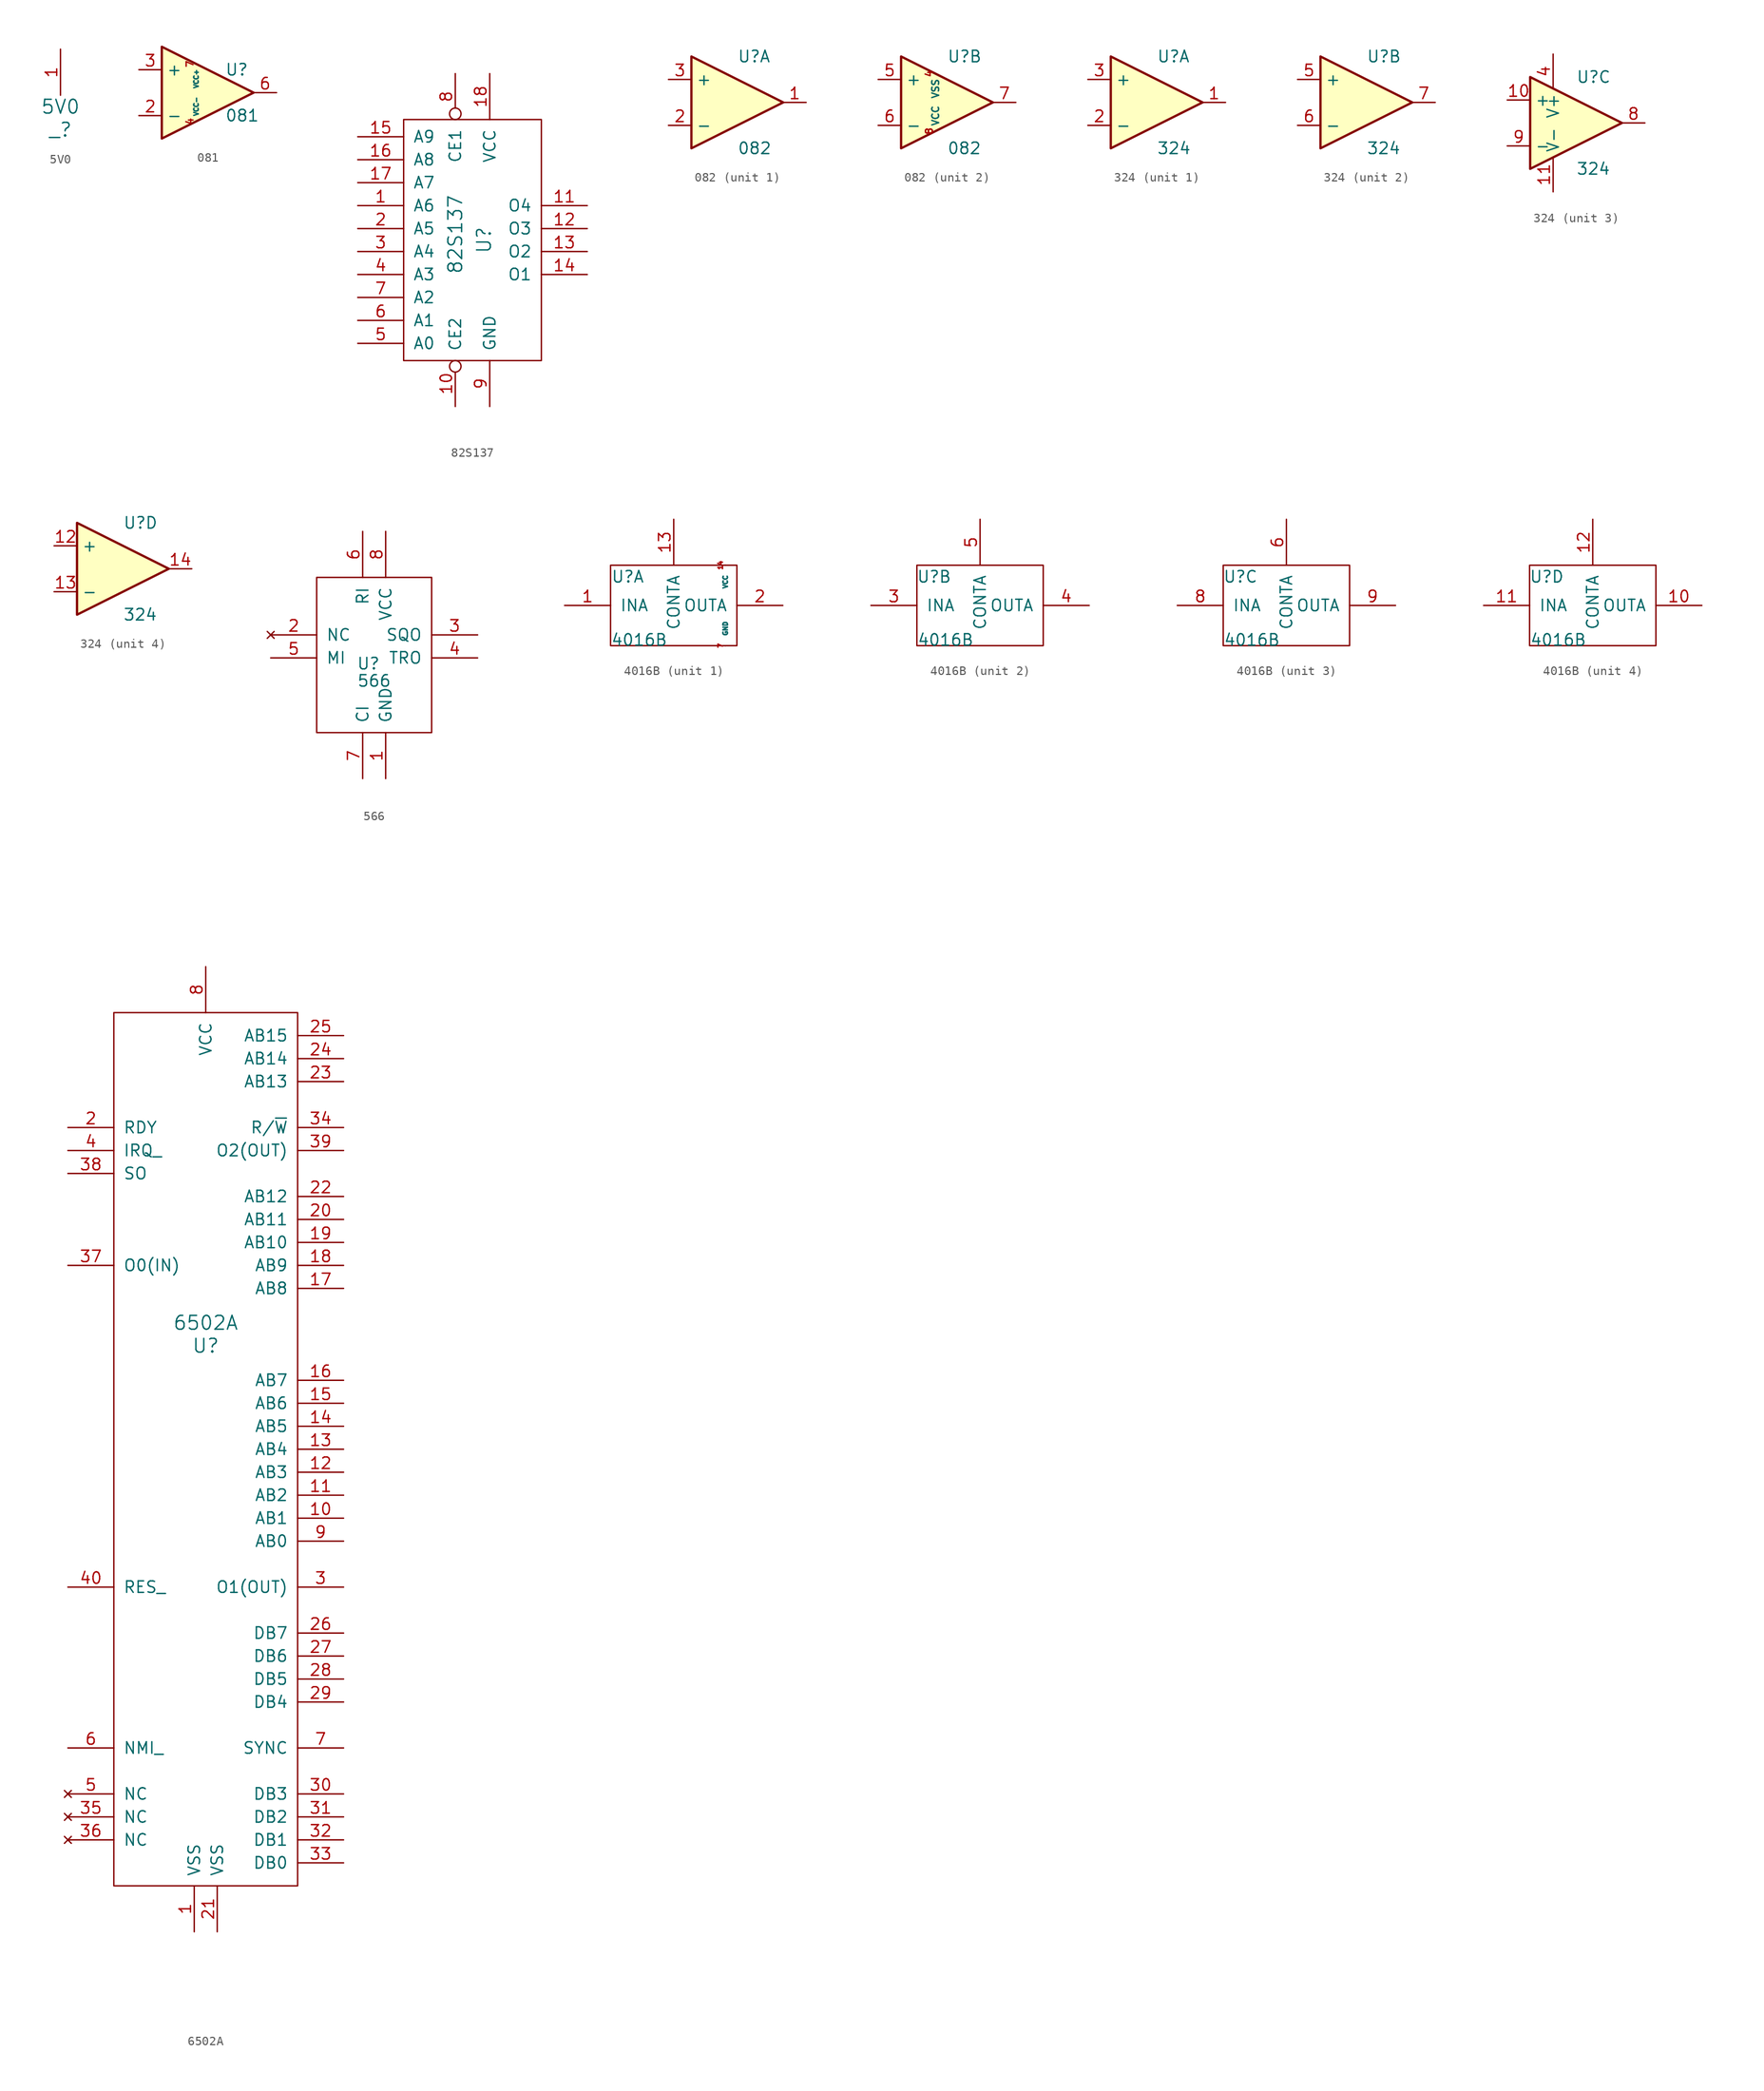
<source format=kicad_sym>
(kicad_symbol_lib
  (version 20211014)
  (generator kicad_symbol_editor)
  (symbol "5V0"
    (pin_names
      (offset 1.016))
    (property "Reference" "_"
      (at 0 -3.81 0)
      (effects (font (size 1.524 1.524))))
    (property "Value" "5V0"
      (at 0 -1.27 0)
      (effects (font (size 1.524 1.524))))
    (symbol "5V0_1_1"
      (pin power_out line (at 0 5.08 270) (length 5.08) (name "~" (effects (font (size 1.27 1.27)))) (number "1" (effects (font (size 1.27 1.27)))))))
  (symbol "081"
    (property "Reference" "U"
      (at 1.905 2.54 0)
      (effects (font (size 1.27 1.27)) (justify left)))
    (property "Value" "081"
      (at 1.905 -2.54 0)
      (effects (font (size 1.27 1.27)) (justify left)))
    (symbol "081_0_1"
      (polyline (pts (xy -5.08 5.08) (xy 5.08 0) (xy -5.08 -5.08) (xy -5.08 5.08)) (stroke (width 0.254) (type default) (color 0 0 0 0)) (fill (type background))))
    (symbol "081_1_1"
      (pin input line (at -7.62 -2.54 0) (length 2.54) (name "-" (effects (font (size 1.27 1.27)))) (number "2" (effects (font (size 1.27 1.27)))))
      (pin input line (at -7.62 2.54 0) (length 2.54) (name "+" (effects (font (size 1.27 1.27)))) (number "3" (effects (font (size 1.27 1.27)))))
      (pin power_in line (at -1.27 -3.175 90) (length 0) (name "VCC-" (effects (font (size 0.508 0.508)))) (number "4" (effects (font (size 0.762 0.762)))))
      (pin output line (at 7.62 0 180) (length 2.54) (name "~" (effects (font (size 1.27 1.27)))) (number "6" (effects (font (size 1.27 1.27)))))
      (pin power_in line (at -1.27 3.175 270) (length 0) (name "VCC+" (effects (font (size 0.508 0.508)))) (number "7" (effects (font (size 0.762 0.762)))))))
  (symbol "82S137"
    (pin_names
      (offset 1.016))
    (property "Reference" "U"
      (at 1.27 -0.635 90)
      (effects (font (size 1.524 1.524))))
    (property "Value" "82S137"
      (at -1.905 0 90)
      (effects (font (size 1.524 1.524))))
    (symbol "82S137_0_1"
      (rectangle (start -7.62 12.7) (end 7.62 -13.97) (stroke (width 0) (type default) (color 0 0 0 0)) (fill (type none))))
    (symbol "82S137_1_1"
      (pin input line (at -12.7 3.175 0) (length 5.08) (name "A6" (effects (font (size 1.27 1.27)))) (number "1" (effects (font (size 1.27 1.27)))))
      (pin input inverted (at -1.905 -19.05 90) (length 5.08) (name "CE2" (effects (font (size 1.27 1.27)))) (number "10" (effects (font (size 1.27 1.27)))))
      (pin bidirectional line (at 12.7 3.175 180) (length 5.08) (name "O4" (effects (font (size 1.27 1.27)))) (number "11" (effects (font (size 1.27 1.27)))))
      (pin bidirectional line (at 12.7 0.635 180) (length 5.08) (name "O3" (effects (font (size 1.27 1.27)))) (number "12" (effects (font (size 1.27 1.27)))))
      (pin bidirectional line (at 12.7 -1.905 180) (length 5.08) (name "O2" (effects (font (size 1.27 1.27)))) (number "13" (effects (font (size 1.27 1.27)))))
      (pin bidirectional line (at 12.7 -4.445 180) (length 5.08) (name "O1" (effects (font (size 1.27 1.27)))) (number "14" (effects (font (size 1.27 1.27)))))
      (pin input line (at -12.7 10.795 0) (length 5.08) (name "A9" (effects (font (size 1.27 1.27)))) (number "15" (effects (font (size 1.27 1.27)))))
      (pin input line (at -12.7 8.255 0) (length 5.08) (name "A8" (effects (font (size 1.27 1.27)))) (number "16" (effects (font (size 1.27 1.27)))))
      (pin input line (at -12.7 5.715 0) (length 5.08) (name "A7" (effects (font (size 1.27 1.27)))) (number "17" (effects (font (size 1.27 1.27)))))
      (pin power_in line (at 1.905 17.78 270) (length 5.08) (name "VCC" (effects (font (size 1.27 1.27)))) (number "18" (effects (font (size 1.27 1.27)))))
      (pin input line (at -12.7 0.635 0) (length 5.08) (name "A5" (effects (font (size 1.27 1.27)))) (number "2" (effects (font (size 1.27 1.27)))))
      (pin input line (at -12.7 -1.905 0) (length 5.08) (name "A4" (effects (font (size 1.27 1.27)))) (number "3" (effects (font (size 1.27 1.27)))))
      (pin input line (at -12.7 -4.445 0) (length 5.08) (name "A3" (effects (font (size 1.27 1.27)))) (number "4" (effects (font (size 1.27 1.27)))))
      (pin input line (at -12.7 -12.065 0) (length 5.08) (name "A0" (effects (font (size 1.27 1.27)))) (number "5" (effects (font (size 1.27 1.27)))))
      (pin input line (at -12.7 -9.525 0) (length 5.08) (name "A1" (effects (font (size 1.27 1.27)))) (number "6" (effects (font (size 1.27 1.27)))))
      (pin input line (at -12.7 -6.985 0) (length 5.08) (name "A2" (effects (font (size 1.27 1.27)))) (number "7" (effects (font (size 1.27 1.27)))))
      (pin input inverted (at -1.905 17.78 270) (length 5.08) (name "CE1" (effects (font (size 1.27 1.27)))) (number "8" (effects (font (size 1.27 1.27)))))
      (pin power_in line (at 1.905 -19.05 90) (length 5.08) (name "GND" (effects (font (size 1.27 1.27)))) (number "9" (effects (font (size 1.27 1.27)))))))
  (symbol "082"
    (property "Reference" "U"
      (at 0 5.08 0)
      (effects (font (size 1.27 1.27)) (justify left)))
    (property "Value" "082"
      (at 0 -5.08 0)
      (effects (font (size 1.27 1.27)) (justify left)))
    (symbol "082_0_1"
      (polyline (pts (xy -5.08 5.08) (xy 5.08 0) (xy -5.08 -5.08) (xy -5.08 5.08)) (stroke (width 0.254) (type default) (color 0 0 0 0)) (fill (type background))))
    (symbol "082_1_1"
      (pin output line (at 7.62 0 180) (length 2.54) (name "~" (effects (font (size 1.27 1.27)))) (number "1" (effects (font (size 1.27 1.27)))))
      (pin input line (at -7.62 -2.54 0) (length 2.54) (name "-" (effects (font (size 1.27 1.27)))) (number "2" (effects (font (size 1.27 1.27)))))
      (pin input line (at -7.62 2.54 0) (length 2.54) (name "+" (effects (font (size 1.27 1.27)))) (number "3" (effects (font (size 1.27 1.27))))))
    (symbol "082_2_1"
      (pin power_in line (at -1.27 3.175 270) (length 0) (name "VSS" (effects (font (size 0.762 0.762)))) (number "4" (effects (font (size 0.762 0.762)))))
      (pin input line (at -7.62 2.54 0) (length 2.54) (name "+" (effects (font (size 1.27 1.27)))) (number "5" (effects (font (size 1.27 1.27)))))
      (pin input line (at -7.62 -2.54 0) (length 2.54) (name "-" (effects (font (size 1.27 1.27)))) (number "6" (effects (font (size 1.27 1.27)))))
      (pin output line (at 7.62 0 180) (length 2.54) (name "~" (effects (font (size 1.27 1.27)))) (number "7" (effects (font (size 1.27 1.27)))))
      (pin power_in line (at -1.27 -3.175 90) (length 0) (name "VCC" (effects (font (size 0.762 0.762)))) (number "8" (effects (font (size 0.762 0.762)))))))
  (symbol "324"
    (property "Reference" "U"
      (at 0 5.08 0)
      (effects (font (size 1.27 1.27)) (justify left)))
    (property "Value" "324"
      (at 0 -5.08 0)
      (effects (font (size 1.27 1.27)) (justify left)))
    (symbol "324_0_1"
      (polyline (pts (xy -5.08 5.08) (xy 5.08 0) (xy -5.08 -5.08) (xy -5.08 5.08)) (stroke (width 0.254) (type default) (color 0 0 0 0)) (fill (type background))))
    (symbol "324_1_1"
      (pin output line (at 7.62 0 180) (length 2.54) (name "~" (effects (font (size 1.27 1.27)))) (number "1" (effects (font (size 1.27 1.27)))))
      (pin input line (at -7.62 -2.54 0) (length 2.54) (name "-" (effects (font (size 1.27 1.27)))) (number "2" (effects (font (size 1.27 1.27)))))
      (pin input line (at -7.62 2.54 0) (length 2.54) (name "+" (effects (font (size 1.27 1.27)))) (number "3" (effects (font (size 1.27 1.27))))))
    (symbol "324_2_1"
      (pin input line (at -7.62 2.54 0) (length 2.54) (name "+" (effects (font (size 1.27 1.27)))) (number "5" (effects (font (size 1.27 1.27)))))
      (pin input line (at -7.62 -2.54 0) (length 2.54) (name "-" (effects (font (size 1.27 1.27)))) (number "6" (effects (font (size 1.27 1.27)))))
      (pin output line (at 7.62 0 180) (length 2.54) (name "~" (effects (font (size 1.27 1.27)))) (number "7" (effects (font (size 1.27 1.27))))))
    (symbol "324_3_1"
      (pin input line (at -7.62 2.54 0) (length 2.54) (name "+" (effects (font (size 1.27 1.27)))) (number "10" (effects (font (size 1.27 1.27)))))
      (pin power_in line (at -2.54 -7.62 90) (length 3.81) (name "V-" (effects (font (size 1.27 1.27)))) (number "11" (effects (font (size 1.27 1.27)))))
      (pin power_in line (at -2.54 7.62 270) (length 3.81) (name "V+" (effects (font (size 1.27 1.27)))) (number "4" (effects (font (size 1.27 1.27)))))
      (pin output line (at 7.62 0 180) (length 2.54) (name "~" (effects (font (size 1.27 1.27)))) (number "8" (effects (font (size 1.27 1.27)))))
      (pin input line (at -7.62 -2.54 0) (length 2.54) (name "-" (effects (font (size 1.27 1.27)))) (number "9" (effects (font (size 1.27 1.27))))))
    (symbol "324_4_1"
      (pin input line (at -7.62 2.54 0) (length 2.54) (name "+" (effects (font (size 1.27 1.27)))) (number "12" (effects (font (size 1.27 1.27)))))
      (pin input line (at -7.62 -2.54 0) (length 2.54) (name "-" (effects (font (size 1.27 1.27)))) (number "13" (effects (font (size 1.27 1.27)))))
      (pin output line (at 7.62 0 180) (length 2.54) (name "~" (effects (font (size 1.27 1.27)))) (number "14" (effects (font (size 1.27 1.27)))))))
  (symbol "566"
    (pin_names
      (offset 1.016))
    (property "Reference" "U"
      (at -0.635 -1.905 0)
      (effects (font (size 1.27 1.27))))
    (property "Value" "566"
      (at 0 -3.81 0)
      (effects (font (size 1.27 1.27))))
    (symbol "566_0_1"
      (rectangle (start -6.35 7.62) (end 6.35 -9.525) (stroke (width 0) (type default) (color 0 0 0 0)) (fill (type none))))
    (symbol "566_1_1"
      (pin power_in line (at 1.27 -14.605 90) (length 5.08) (name "GND" (effects (font (size 1.27 1.27)))) (number "1" (effects (font (size 1.27 1.27)))))
      (pin no_connect line (at -11.43 1.27 0) (length 5.08) (name "NC" (effects (font (size 1.27 1.27)))) (number "2" (effects (font (size 1.27 1.27)))))
      (pin output line (at 11.43 1.27 180) (length 5.08) (name "SQO" (effects (font (size 1.27 1.27)))) (number "3" (effects (font (size 1.27 1.27)))))
      (pin output line (at 11.43 -1.27 180) (length 5.08) (name "TRO" (effects (font (size 1.27 1.27)))) (number "4" (effects (font (size 1.27 1.27)))))
      (pin input line (at -11.43 -1.27 0) (length 5.08) (name "MI" (effects (font (size 1.27 1.27)))) (number "5" (effects (font (size 1.27 1.27)))))
      (pin input line (at -1.27 12.7 270) (length 5.08) (name "RI" (effects (font (size 1.27 1.27)))) (number "6" (effects (font (size 1.27 1.27)))))
      (pin input line (at -1.27 -14.605 90) (length 5.08) (name "CI" (effects (font (size 1.27 1.27)))) (number "7" (effects (font (size 1.27 1.27)))))
      (pin power_in line (at 1.27 12.7 270) (length 5.08) (name "VCC" (effects (font (size 1.27 1.27)))) (number "8" (effects (font (size 1.27 1.27)))))))
  (symbol "4016B"
    (pin_names
      (offset 1.016))
    (property "Reference" "U"
      (at -5.08 3.175 0)
      (effects (font (size 1.27 1.27))))
    (property "Value" "4016B"
      (at -3.81 -3.81 0)
      (effects (font (size 1.27 1.27))))
    (symbol "4016B_0_1"
      (rectangle (start -6.985 4.445) (end 6.985 -4.445) (stroke (width 0) (type default) (color 0 0 0 0)) (fill (type none))))
    (symbol "4016B_1_1"
      (pin passive line (at -12.065 0 0) (length 5.08) (name "INA" (effects (font (size 1.27 1.27)))) (number "1" (effects (font (size 1.27 1.27)))))
      (pin input line (at 0 9.525 270) (length 5.08) (name "CONTA" (effects (font (size 1.27 1.27)))) (number "13" (effects (font (size 1.27 1.27)))))
      (pin input line (at 5.715 4.445 270) (length 0) (name "VCC" (effects (font (size 0.508 0.508)))) (number "14" (effects (font (size 0.508 0.508)))))
      (pin passive line (at 12.065 0 180) (length 5.08) (name "OUTA" (effects (font (size 1.27 1.27)))) (number "2" (effects (font (size 1.27 1.27)))))
      (pin input line (at 5.715 -4.445 90) (length 0) (name "GND" (effects (font (size 0.508 0.508)))) (number "7" (effects (font (size 0.508 0.508))))))
    (symbol "4016B_2_1"
      (pin passive line (at -12.065 0 0) (length 5.08) (name "INA" (effects (font (size 1.27 1.27)))) (number "3" (effects (font (size 1.27 1.27)))))
      (pin passive line (at 12.065 0 180) (length 5.08) (name "OUTA" (effects (font (size 1.27 1.27)))) (number "4" (effects (font (size 1.27 1.27)))))
      (pin input line (at 0 9.525 270) (length 5.08) (name "CONTA" (effects (font (size 1.27 1.27)))) (number "5" (effects (font (size 1.27 1.27))))))
    (symbol "4016B_3_1"
      (pin input line (at 0 9.525 270) (length 5.08) (name "CONTA" (effects (font (size 1.27 1.27)))) (number "6" (effects (font (size 1.27 1.27)))))
      (pin passive line (at -12.065 0 0) (length 5.08) (name "INA" (effects (font (size 1.27 1.27)))) (number "8" (effects (font (size 1.27 1.27)))))
      (pin passive line (at 12.065 0 180) (length 5.08) (name "OUTA" (effects (font (size 1.27 1.27)))) (number "9" (effects (font (size 1.27 1.27))))))
    (symbol "4016B_4_1"
      (pin passive line (at 12.065 0 180) (length 5.08) (name "OUTA" (effects (font (size 1.27 1.27)))) (number "10" (effects (font (size 1.27 1.27)))))
      (pin passive line (at -12.065 0 0) (length 5.08) (name "INA" (effects (font (size 1.27 1.27)))) (number "11" (effects (font (size 1.27 1.27)))))
      (pin input line (at 0 9.525 270) (length 5.08) (name "CONTA" (effects (font (size 1.27 1.27)))) (number "12" (effects (font (size 1.27 1.27)))))))
  (symbol "6502A"
    (pin_names
      (offset 1.016))
    (property "Reference" "U"
      (at 0 11.43 0)
      (effects (font (size 1.524 1.524))))
    (property "Value" "6502A"
      (at 0 13.97 0)
      (effects (font (size 1.524 1.524))))
    (symbol "6502A_0_1"
      (rectangle (start -10.16 48.26) (end 10.16 -48.26) (stroke (width 0) (type default) (color 0 0 0 0)) (fill (type none))))
    (symbol "6502A_1_1"
      (pin power_in line (at -1.27 -53.34 90) (length 5.08) (name "VSS" (effects (font (size 1.27 1.27)))) (number "1" (effects (font (size 1.27 1.27)))))
      (pin output line (at 15.24 -7.62 180) (length 5.08) (name "AB1" (effects (font (size 1.27 1.27)))) (number "10" (effects (font (size 1.27 1.27)))))
      (pin output line (at 15.24 -5.08 180) (length 5.08) (name "AB2" (effects (font (size 1.27 1.27)))) (number "11" (effects (font (size 1.27 1.27)))))
      (pin output line (at 15.24 -2.54 180) (length 5.08) (name "AB3" (effects (font (size 1.27 1.27)))) (number "12" (effects (font (size 1.27 1.27)))))
      (pin output line (at 15.24 0 180) (length 5.08) (name "AB4" (effects (font (size 1.27 1.27)))) (number "13" (effects (font (size 1.27 1.27)))))
      (pin output line (at 15.24 2.54 180) (length 5.08) (name "AB5" (effects (font (size 1.27 1.27)))) (number "14" (effects (font (size 1.27 1.27)))))
      (pin output line (at 15.24 5.08 180) (length 5.08) (name "AB6" (effects (font (size 1.27 1.27)))) (number "15" (effects (font (size 1.27 1.27)))))
      (pin output line (at 15.24 7.62 180) (length 5.08) (name "AB7" (effects (font (size 1.27 1.27)))) (number "16" (effects (font (size 1.27 1.27)))))
      (pin output line (at 15.24 17.78 180) (length 5.08) (name "AB8" (effects (font (size 1.27 1.27)))) (number "17" (effects (font (size 1.27 1.27)))))
      (pin output line (at 15.24 20.32 180) (length 5.08) (name "AB9" (effects (font (size 1.27 1.27)))) (number "18" (effects (font (size 1.27 1.27)))))
      (pin output line (at 15.24 22.86 180) (length 5.08) (name "AB10" (effects (font (size 1.27 1.27)))) (number "19" (effects (font (size 1.27 1.27)))))
      (pin input line (at -15.24 35.56 0) (length 5.08) (name "RDY" (effects (font (size 1.27 1.27)))) (number "2" (effects (font (size 1.27 1.27)))))
      (pin output line (at 15.24 25.4 180) (length 5.08) (name "AB11" (effects (font (size 1.27 1.27)))) (number "20" (effects (font (size 1.27 1.27)))))
      (pin power_in line (at 1.27 -53.34 90) (length 5.08) (name "VSS" (effects (font (size 1.27 1.27)))) (number "21" (effects (font (size 1.27 1.27)))))
      (pin output line (at 15.24 27.94 180) (length 5.08) (name "AB12" (effects (font (size 1.27 1.27)))) (number "22" (effects (font (size 1.27 1.27)))))
      (pin output line (at 15.24 40.64 180) (length 5.08) (name "AB13" (effects (font (size 1.27 1.27)))) (number "23" (effects (font (size 1.27 1.27)))))
      (pin output line (at 15.24 43.18 180) (length 5.08) (name "AB14" (effects (font (size 1.27 1.27)))) (number "24" (effects (font (size 1.27 1.27)))))
      (pin output line (at 15.24 45.72 180) (length 5.08) (name "AB15" (effects (font (size 1.27 1.27)))) (number "25" (effects (font (size 1.27 1.27)))))
      (pin bidirectional line (at 15.24 -20.32 180) (length 5.08) (name "DB7" (effects (font (size 1.27 1.27)))) (number "26" (effects (font (size 1.27 1.27)))))
      (pin bidirectional line (at 15.24 -22.86 180) (length 5.08) (name "DB6" (effects (font (size 1.27 1.27)))) (number "27" (effects (font (size 1.27 1.27)))))
      (pin bidirectional line (at 15.24 -25.4 180) (length 5.08) (name "DB5" (effects (font (size 1.27 1.27)))) (number "28" (effects (font (size 1.27 1.27)))))
      (pin bidirectional line (at 15.24 -27.94 180) (length 5.08) (name "DB4" (effects (font (size 1.27 1.27)))) (number "29" (effects (font (size 1.27 1.27)))))
      (pin output line (at 15.24 -15.24 180) (length 5.08) (name "O1(OUT)" (effects (font (size 1.27 1.27)))) (number "3" (effects (font (size 1.27 1.27)))))
      (pin bidirectional line (at 15.24 -38.1 180) (length 5.08) (name "DB3" (effects (font (size 1.27 1.27)))) (number "30" (effects (font (size 1.27 1.27)))))
      (pin bidirectional line (at 15.24 -40.64 180) (length 5.08) (name "DB2" (effects (font (size 1.27 1.27)))) (number "31" (effects (font (size 1.27 1.27)))))
      (pin bidirectional line (at 15.24 -43.18 180) (length 5.08) (name "DB1" (effects (font (size 1.27 1.27)))) (number "32" (effects (font (size 1.27 1.27)))))
      (pin bidirectional line (at 15.24 -45.72 180) (length 5.08) (name "DB0" (effects (font (size 1.27 1.27)))) (number "33" (effects (font (size 1.27 1.27)))))
      (pin output line (at 15.24 35.56 180) (length 5.08) (name "R/~{W}" (effects (font (size 1.27 1.27)))) (number "34" (effects (font (size 1.27 1.27)))))
      (pin no_connect line (at -15.24 -40.64 0) (length 5.08) (name "NC" (effects (font (size 1.27 1.27)))) (number "35" (effects (font (size 1.27 1.27)))))
      (pin no_connect line (at -15.24 -43.18 0) (length 5.08) (name "NC" (effects (font (size 1.27 1.27)))) (number "36" (effects (font (size 1.27 1.27)))))
      (pin input line (at -15.24 20.32 0) (length 5.08) (name "O0(IN)" (effects (font (size 1.27 1.27)))) (number "37" (effects (font (size 1.27 1.27)))))
      (pin input line (at -15.24 30.48 0) (length 5.08) (name "SO" (effects (font (size 1.27 1.27)))) (number "38" (effects (font (size 1.27 1.27)))))
      (pin output line (at 15.24 33.02 180) (length 5.08) (name "O2(OUT)" (effects (font (size 1.27 1.27)))) (number "39" (effects (font (size 1.27 1.27)))))
      (pin input line (at -15.24 33.02 0) (length 5.08) (name "IRQ_" (effects (font (size 1.27 1.27)))) (number "4" (effects (font (size 1.27 1.27)))))
      (pin input line (at -15.24 -15.24 0) (length 5.08) (name "RES_" (effects (font (size 1.27 1.27)))) (number "40" (effects (font (size 1.27 1.27)))))
      (pin no_connect line (at -15.24 -38.1 0) (length 5.08) (name "NC" (effects (font (size 1.27 1.27)))) (number "5" (effects (font (size 1.27 1.27)))))
      (pin input line (at -15.24 -33.02 0) (length 5.08) (name "NMI_" (effects (font (size 1.27 1.27)))) (number "6" (effects (font (size 1.27 1.27)))))
      (pin output line (at 15.24 -33.02 180) (length 5.08) (name "SYNC" (effects (font (size 1.27 1.27)))) (number "7" (effects (font (size 1.27 1.27)))))
      (pin power_in line (at 0 53.34 270) (length 5.08) (name "VCC" (effects (font (size 1.27 1.27)))) (number "8" (effects (font (size 1.27 1.27)))))
      (pin output line (at 15.24 -10.16 180) (length 5.08) (name "AB0" (effects (font (size 1.27 1.27)))) (number "9" (effects (font (size 1.27 1.27))))))))
</source>
